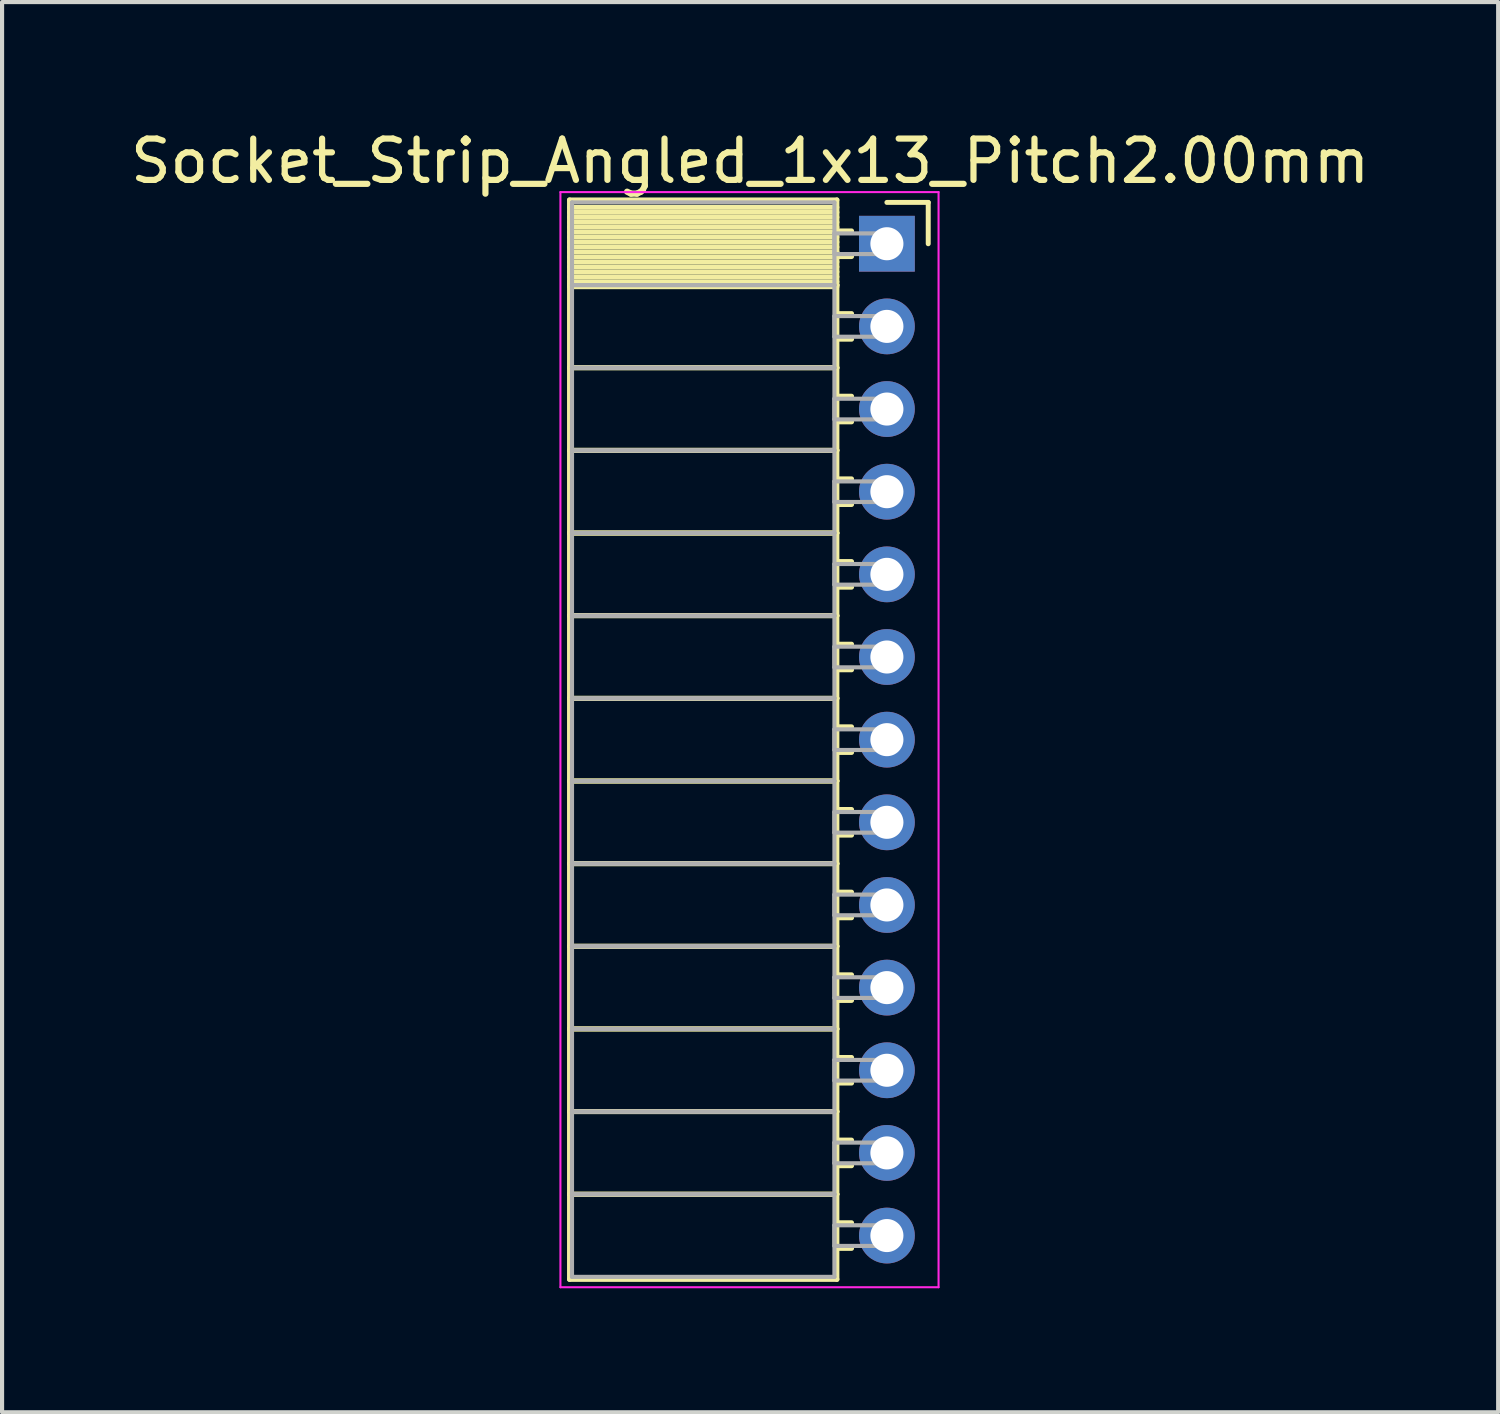
<source format=kicad_pcb>
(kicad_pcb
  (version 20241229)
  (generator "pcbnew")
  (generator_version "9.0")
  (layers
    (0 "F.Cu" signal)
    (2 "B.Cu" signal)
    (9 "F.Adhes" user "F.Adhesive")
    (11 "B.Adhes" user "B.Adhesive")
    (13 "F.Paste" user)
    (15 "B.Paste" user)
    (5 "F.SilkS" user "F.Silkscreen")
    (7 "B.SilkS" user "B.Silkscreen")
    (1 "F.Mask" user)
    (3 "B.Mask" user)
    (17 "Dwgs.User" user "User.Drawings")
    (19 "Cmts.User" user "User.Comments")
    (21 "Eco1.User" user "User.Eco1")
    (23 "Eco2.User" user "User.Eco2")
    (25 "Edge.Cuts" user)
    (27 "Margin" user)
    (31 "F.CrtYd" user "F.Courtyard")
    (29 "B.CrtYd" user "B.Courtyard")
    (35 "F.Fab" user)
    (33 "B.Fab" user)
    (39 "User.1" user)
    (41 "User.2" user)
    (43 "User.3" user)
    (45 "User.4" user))
  (footprint "Socket_Strip_Angled_1x13_Pitch2.00mm"
    (layer "F.Cu")
    (at 18.411 2.848)
    (property "Reference" "Socket_Strip_Angled_1x13_Pitch2.00mm" (at -3.31 -2 0) (layer "F.SilkS") (effects (font (size 1 1) (thickness 0.15))))
    (attr through_hole)
    (fp_line (start -7.68 -1.06) (end -1.21 -1.06) (stroke (width 0.12) (type solid)) (layer "F.SilkS"))
    (fp_line (start -7.68 1) (end -7.68 -1.06) (stroke (width 0.12) (type solid)) (layer "F.SilkS"))
    (fp_line (start -7.68 1) (end -1.21 1) (stroke (width 0.12) (type solid)) (layer "F.SilkS"))
    (fp_line (start -7.68 3) (end -7.68 1) (stroke (width 0.12) (type solid)) (layer "F.SilkS"))
    (fp_line (start -7.68 3) (end -1.21 3) (stroke (width 0.12) (type solid)) (layer "F.SilkS"))
    (fp_line (start -7.68 5) (end -7.68 3) (stroke (width 0.12) (type solid)) (layer "F.SilkS"))
    (fp_line (start -7.68 5) (end -1.21 5) (stroke (width 0.12) (type solid)) (layer "F.SilkS"))
    (fp_line (start -7.68 7) (end -7.68 5) (stroke (width 0.12) (type solid)) (layer "F.SilkS"))
    (fp_line (start -7.68 7) (end -1.21 7) (stroke (width 0.12) (type solid)) (layer "F.SilkS"))
    (fp_line (start -7.68 9) (end -7.68 7) (stroke (width 0.12) (type solid)) (layer "F.SilkS"))
    (fp_line (start -7.68 9) (end -1.21 9) (stroke (width 0.12) (type solid)) (layer "F.SilkS"))
    (fp_line (start -7.68 11) (end -7.68 9) (stroke (width 0.12) (type solid)) (layer "F.SilkS"))
    (fp_line (start -7.68 11) (end -1.21 11) (stroke (width 0.12) (type solid)) (layer "F.SilkS"))
    (fp_line (start -7.68 13) (end -7.68 11) (stroke (width 0.12) (type solid)) (layer "F.SilkS"))
    (fp_line (start -7.68 13) (end -1.21 13) (stroke (width 0.12) (type solid)) (layer "F.SilkS"))
    (fp_line (start -7.68 15) (end -7.68 13) (stroke (width 0.12) (type solid)) (layer "F.SilkS"))
    (fp_line (start -7.68 15) (end -1.21 15) (stroke (width 0.12) (type solid)) (layer "F.SilkS"))
    (fp_line (start -7.68 17) (end -7.68 15) (stroke (width 0.12) (type solid)) (layer "F.SilkS"))
    (fp_line (start -7.68 17) (end -1.21 17) (stroke (width 0.12) (type solid)) (layer "F.SilkS"))
    (fp_line (start -7.68 19) (end -7.68 17) (stroke (width 0.12) (type solid)) (layer "F.SilkS"))
    (fp_line (start -7.68 19) (end -1.21 19) (stroke (width 0.12) (type solid)) (layer "F.SilkS"))
    (fp_line (start -7.68 21) (end -7.68 19) (stroke (width 0.12) (type solid)) (layer "F.SilkS"))
    (fp_line (start -7.68 21) (end -1.21 21) (stroke (width 0.12) (type solid)) (layer "F.SilkS"))
    (fp_line (start -7.68 23) (end -7.68 21) (stroke (width 0.12) (type solid)) (layer "F.SilkS"))
    (fp_line (start -7.68 23) (end -1.21 23) (stroke (width 0.12) (type solid)) (layer "F.SilkS"))
    (fp_line (start -7.68 25.06) (end -7.68 23) (stroke (width 0.12) (type solid)) (layer "F.SilkS"))
    (fp_line (start -1.21 -1.06) (end -1.21 1) (stroke (width 0.12) (type solid)) (layer "F.SilkS"))
    (fp_line (start -1.21 -0.88) (end -7.68 -0.88) (stroke (width 0.12) (type solid)) (layer "F.SilkS"))
    (fp_line (start -1.21 -0.76) (end -7.68 -0.76) (stroke (width 0.12) (type solid)) (layer "F.SilkS"))
    (fp_line (start -1.21 -0.64) (end -7.68 -0.64) (stroke (width 0.12) (type solid)) (layer "F.SilkS"))
    (fp_line (start -1.21 -0.52) (end -7.68 -0.52) (stroke (width 0.12) (type solid)) (layer "F.SilkS"))
    (fp_line (start -1.21 -0.4) (end -7.68 -0.4) (stroke (width 0.12) (type solid)) (layer "F.SilkS"))
    (fp_line (start -1.21 -0.28) (end -7.68 -0.28) (stroke (width 0.12) (type solid)) (layer "F.SilkS"))
    (fp_line (start -1.21 -0.16) (end -7.68 -0.16) (stroke (width 0.12) (type solid)) (layer "F.SilkS"))
    (fp_line (start -1.21 -0.04) (end -7.68 -0.04) (stroke (width 0.12) (type solid)) (layer "F.SilkS"))
    (fp_line (start -1.21 0.08) (end -7.68 0.08) (stroke (width 0.12) (type solid)) (layer "F.SilkS"))
    (fp_line (start -1.21 0.2) (end -7.68 0.2) (stroke (width 0.12) (type solid)) (layer "F.SilkS"))
    (fp_line (start -1.21 0.32) (end -7.68 0.32) (stroke (width 0.12) (type solid)) (layer "F.SilkS"))
    (fp_line (start -1.21 0.44) (end -7.68 0.44) (stroke (width 0.12) (type solid)) (layer "F.SilkS"))
    (fp_line (start -1.21 0.56) (end -7.68 0.56) (stroke (width 0.12) (type solid)) (layer "F.SilkS"))
    (fp_line (start -1.21 0.68) (end -7.68 0.68) (stroke (width 0.12) (type solid)) (layer "F.SilkS"))
    (fp_line (start -1.21 0.8) (end -7.68 0.8) (stroke (width 0.12) (type solid)) (layer "F.SilkS"))
    (fp_line (start -1.21 0.92) (end -7.68 0.92) (stroke (width 0.12) (type solid)) (layer "F.SilkS"))
    (fp_line (start -1.21 1) (end -7.68 1) (stroke (width 0.12) (type solid)) (layer "F.SilkS"))
    (fp_line (start -1.21 1) (end -1.21 3) (stroke (width 0.12) (type solid)) (layer "F.SilkS"))
    (fp_line (start -1.21 1.04) (end -7.68 1.04) (stroke (width 0.12) (type solid)) (layer "F.SilkS"))
    (fp_line (start -1.21 3) (end -7.68 3) (stroke (width 0.12) (type solid)) (layer "F.SilkS"))
    (fp_line (start -1.21 3) (end -1.21 5) (stroke (width 0.12) (type solid)) (layer "F.SilkS"))
    (fp_line (start -1.21 5) (end -7.68 5) (stroke (width 0.12) (type solid)) (layer "F.SilkS"))
    (fp_line (start -1.21 5) (end -1.21 7) (stroke (width 0.12) (type solid)) (layer "F.SilkS"))
    (fp_line (start -1.21 7) (end -7.68 7) (stroke (width 0.12) (type solid)) (layer "F.SilkS"))
    (fp_line (start -1.21 7) (end -1.21 9) (stroke (width 0.12) (type solid)) (layer "F.SilkS"))
    (fp_line (start -1.21 9) (end -7.68 9) (stroke (width 0.12) (type solid)) (layer "F.SilkS"))
    (fp_line (start -1.21 9) (end -1.21 11) (stroke (width 0.12) (type solid)) (layer "F.SilkS"))
    (fp_line (start -1.21 11) (end -7.68 11) (stroke (width 0.12) (type solid)) (layer "F.SilkS"))
    (fp_line (start -1.21 11) (end -1.21 13) (stroke (width 0.12) (type solid)) (layer "F.SilkS"))
    (fp_line (start -1.21 13) (end -7.68 13) (stroke (width 0.12) (type solid)) (layer "F.SilkS"))
    (fp_line (start -1.21 13) (end -1.21 15) (stroke (width 0.12) (type solid)) (layer "F.SilkS"))
    (fp_line (start -1.21 15) (end -7.68 15) (stroke (width 0.12) (type solid)) (layer "F.SilkS"))
    (fp_line (start -1.21 15) (end -1.21 17) (stroke (width 0.12) (type solid)) (layer "F.SilkS"))
    (fp_line (start -1.21 17) (end -7.68 17) (stroke (width 0.12) (type solid)) (layer "F.SilkS"))
    (fp_line (start -1.21 17) (end -1.21 19) (stroke (width 0.12) (type solid)) (layer "F.SilkS"))
    (fp_line (start -1.21 19) (end -7.68 19) (stroke (width 0.12) (type solid)) (layer "F.SilkS"))
    (fp_line (start -1.21 19) (end -1.21 21) (stroke (width 0.12) (type solid)) (layer "F.SilkS"))
    (fp_line (start -1.21 21) (end -7.68 21) (stroke (width 0.12) (type solid)) (layer "F.SilkS"))
    (fp_line (start -1.21 21) (end -1.21 23) (stroke (width 0.12) (type solid)) (layer "F.SilkS"))
    (fp_line (start -1.21 23) (end -7.68 23) (stroke (width 0.12) (type solid)) (layer "F.SilkS"))
    (fp_line (start -1.21 23) (end -1.21 25.06) (stroke (width 0.12) (type solid)) (layer "F.SilkS"))
    (fp_line (start -1.21 25.06) (end -7.68 25.06) (stroke (width 0.12) (type solid)) (layer "F.SilkS"))
    (fp_line (start -0.855 -0.31) (end -1.21 -0.31) (stroke (width 0.12) (type solid)) (layer "F.SilkS"))
    (fp_line (start -0.855 0.31) (end -1.21 0.31) (stroke (width 0.12) (type solid)) (layer "F.SilkS"))
    (fp_line (start -0.855 1.69) (end -1.21 1.69) (stroke (width 0.12) (type solid)) (layer "F.SilkS"))
    (fp_line (start -0.855 2.31) (end -1.21 2.31) (stroke (width 0.12) (type solid)) (layer "F.SilkS"))
    (fp_line (start -0.855 3.69) (end -1.21 3.69) (stroke (width 0.12) (type solid)) (layer "F.SilkS"))
    (fp_line (start -0.855 4.31) (end -1.21 4.31) (stroke (width 0.12) (type solid)) (layer "F.SilkS"))
    (fp_line (start -0.855 5.69) (end -1.21 5.69) (stroke (width 0.12) (type solid)) (layer "F.SilkS"))
    (fp_line (start -0.855 6.31) (end -1.21 6.31) (stroke (width 0.12) (type solid)) (layer "F.SilkS"))
    (fp_line (start -0.855 7.69) (end -1.21 7.69) (stroke (width 0.12) (type solid)) (layer "F.SilkS"))
    (fp_line (start -0.855 8.31) (end -1.21 8.31) (stroke (width 0.12) (type solid)) (layer "F.SilkS"))
    (fp_line (start -0.855 9.69) (end -1.21 9.69) (stroke (width 0.12) (type solid)) (layer "F.SilkS"))
    (fp_line (start -0.855 10.31) (end -1.21 10.31) (stroke (width 0.12) (type solid)) (layer "F.SilkS"))
    (fp_line (start -0.855 11.69) (end -1.21 11.69) (stroke (width 0.12) (type solid)) (layer "F.SilkS"))
    (fp_line (start -0.855 12.31) (end -1.21 12.31) (stroke (width 0.12) (type solid)) (layer "F.SilkS"))
    (fp_line (start -0.855 13.69) (end -1.21 13.69) (stroke (width 0.12) (type solid)) (layer "F.SilkS"))
    (fp_line (start -0.855 14.31) (end -1.21 14.31) (stroke (width 0.12) (type solid)) (layer "F.SilkS"))
    (fp_line (start -0.855 15.69) (end -1.21 15.69) (stroke (width 0.12) (type solid)) (layer "F.SilkS"))
    (fp_line (start -0.855 16.31) (end -1.21 16.31) (stroke (width 0.12) (type solid)) (layer "F.SilkS"))
    (fp_line (start -0.855 17.69) (end -1.21 17.69) (stroke (width 0.12) (type solid)) (layer "F.SilkS"))
    (fp_line (start -0.855 18.31) (end -1.21 18.31) (stroke (width 0.12) (type solid)) (layer "F.SilkS"))
    (fp_line (start -0.855 19.69) (end -1.21 19.69) (stroke (width 0.12) (type solid)) (layer "F.SilkS"))
    (fp_line (start -0.855 20.31) (end -1.21 20.31) (stroke (width 0.12) (type solid)) (layer "F.SilkS"))
    (fp_line (start -0.855 21.69) (end -1.21 21.69) (stroke (width 0.12) (type solid)) (layer "F.SilkS"))
    (fp_line (start -0.855 22.31) (end -1.21 22.31) (stroke (width 0.12) (type solid)) (layer "F.SilkS"))
    (fp_line (start -0.855 23.69) (end -1.21 23.69) (stroke (width 0.12) (type solid)) (layer "F.SilkS"))
    (fp_line (start -0.855 24.31) (end -1.21 24.31) (stroke (width 0.12) (type solid)) (layer "F.SilkS"))
    (fp_line (start 0 -1) (end 1 -1) (stroke (width 0.12) (type solid)) (layer "F.SilkS"))
    (fp_line (start 1 -1) (end 1 0) (stroke (width 0.12) (type solid)) (layer "F.SilkS"))
    (fp_line (start -7.9 -1.25) (end 1.25 -1.25) (stroke (width 0.05) (type solid)) (layer "F.CrtYd"))
    (fp_line (start -7.9 25.25) (end -7.9 -1.25) (stroke (width 0.05) (type solid)) (layer "F.CrtYd"))
    (fp_line (start 1.25 -1.25) (end 1.25 25.25) (stroke (width 0.05) (type solid)) (layer "F.CrtYd"))
    (fp_line (start 1.25 25.25) (end -7.9 25.25) (stroke (width 0.05) (type solid)) (layer "F.CrtYd"))
    (fp_line (start -7.62 -1) (end -1.27 -1) (stroke (width 0.1) (type solid)) (layer "F.Fab"))
    (fp_line (start -7.62 1) (end -7.62 -1) (stroke (width 0.1) (type solid)) (layer "F.Fab"))
    (fp_line (start -7.62 1) (end -1.27 1) (stroke (width 0.1) (type solid)) (layer "F.Fab"))
    (fp_line (start -7.62 3) (end -7.62 1) (stroke (width 0.1) (type solid)) (layer "F.Fab"))
    (fp_line (start -7.62 3) (end -1.27 3) (stroke (width 0.1) (type solid)) (layer "F.Fab"))
    (fp_line (start -7.62 5) (end -7.62 3) (stroke (width 0.1) (type solid)) (layer "F.Fab"))
    (fp_line (start -7.62 5) (end -1.27 5) (stroke (width 0.1) (type solid)) (layer "F.Fab"))
    (fp_line (start -7.62 7) (end -7.62 5) (stroke (width 0.1) (type solid)) (layer "F.Fab"))
    (fp_line (start -7.62 7) (end -1.27 7) (stroke (width 0.1) (type solid)) (layer "F.Fab"))
    (fp_line (start -7.62 9) (end -7.62 7) (stroke (width 0.1) (type solid)) (layer "F.Fab"))
    (fp_line (start -7.62 9) (end -1.27 9) (stroke (width 0.1) (type solid)) (layer "F.Fab"))
    (fp_line (start -7.62 11) (end -7.62 9) (stroke (width 0.1) (type solid)) (layer "F.Fab"))
    (fp_line (start -7.62 11) (end -1.27 11) (stroke (width 0.1) (type solid)) (layer "F.Fab"))
    (fp_line (start -7.62 13) (end -7.62 11) (stroke (width 0.1) (type solid)) (layer "F.Fab"))
    (fp_line (start -7.62 13) (end -1.27 13) (stroke (width 0.1) (type solid)) (layer "F.Fab"))
    (fp_line (start -7.62 15) (end -7.62 13) (stroke (width 0.1) (type solid)) (layer "F.Fab"))
    (fp_line (start -7.62 15) (end -1.27 15) (stroke (width 0.1) (type solid)) (layer "F.Fab"))
    (fp_line (start -7.62 17) (end -7.62 15) (stroke (width 0.1) (type solid)) (layer "F.Fab"))
    (fp_line (start -7.62 17) (end -1.27 17) (stroke (width 0.1) (type solid)) (layer "F.Fab"))
    (fp_line (start -7.62 19) (end -7.62 17) (stroke (width 0.1) (type solid)) (layer "F.Fab"))
    (fp_line (start -7.62 19) (end -1.27 19) (stroke (width 0.1) (type solid)) (layer "F.Fab"))
    (fp_line (start -7.62 21) (end -7.62 19) (stroke (width 0.1) (type solid)) (layer "F.Fab"))
    (fp_line (start -7.62 21) (end -1.27 21) (stroke (width 0.1) (type solid)) (layer "F.Fab"))
    (fp_line (start -7.62 23) (end -7.62 21) (stroke (width 0.1) (type solid)) (layer "F.Fab"))
    (fp_line (start -7.62 23) (end -1.27 23) (stroke (width 0.1) (type solid)) (layer "F.Fab"))
    (fp_line (start -7.62 25) (end -7.62 23) (stroke (width 0.1) (type solid)) (layer "F.Fab"))
    (fp_line (start -1.27 -1) (end -1.27 1) (stroke (width 0.1) (type solid)) (layer "F.Fab"))
    (fp_line (start -1.27 -0.25) (end 0 -0.25) (stroke (width 0.1) (type solid)) (layer "F.Fab"))
    (fp_line (start -1.27 0.25) (end -1.27 -0.25) (stroke (width 0.1) (type solid)) (layer "F.Fab"))
    (fp_line (start -1.27 1) (end -7.62 1) (stroke (width 0.1) (type solid)) (layer "F.Fab"))
    (fp_line (start -1.27 1) (end -1.27 3) (stroke (width 0.1) (type solid)) (layer "F.Fab"))
    (fp_line (start -1.27 1.75) (end 0 1.75) (stroke (width 0.1) (type solid)) (layer "F.Fab"))
    (fp_line (start -1.27 2.25) (end -1.27 1.75) (stroke (width 0.1) (type solid)) (layer "F.Fab"))
    (fp_line (start -1.27 3) (end -7.62 3) (stroke (width 0.1) (type solid)) (layer "F.Fab"))
    (fp_line (start -1.27 3) (end -1.27 5) (stroke (width 0.1) (type solid)) (layer "F.Fab"))
    (fp_line (start -1.27 3.75) (end 0 3.75) (stroke (width 0.1) (type solid)) (layer "F.Fab"))
    (fp_line (start -1.27 4.25) (end -1.27 3.75) (stroke (width 0.1) (type solid)) (layer "F.Fab"))
    (fp_line (start -1.27 5) (end -7.62 5) (stroke (width 0.1) (type solid)) (layer "F.Fab"))
    (fp_line (start -1.27 5) (end -1.27 7) (stroke (width 0.1) (type solid)) (layer "F.Fab"))
    (fp_line (start -1.27 5.75) (end 0 5.75) (stroke (width 0.1) (type solid)) (layer "F.Fab"))
    (fp_line (start -1.27 6.25) (end -1.27 5.75) (stroke (width 0.1) (type solid)) (layer "F.Fab"))
    (fp_line (start -1.27 7) (end -7.62 7) (stroke (width 0.1) (type solid)) (layer "F.Fab"))
    (fp_line (start -1.27 7) (end -1.27 9) (stroke (width 0.1) (type solid)) (layer "F.Fab"))
    (fp_line (start -1.27 7.75) (end 0 7.75) (stroke (width 0.1) (type solid)) (layer "F.Fab"))
    (fp_line (start -1.27 8.25) (end -1.27 7.75) (stroke (width 0.1) (type solid)) (layer "F.Fab"))
    (fp_line (start -1.27 9) (end -7.62 9) (stroke (width 0.1) (type solid)) (layer "F.Fab"))
    (fp_line (start -1.27 9) (end -1.27 11) (stroke (width 0.1) (type solid)) (layer "F.Fab"))
    (fp_line (start -1.27 9.75) (end 0 9.75) (stroke (width 0.1) (type solid)) (layer "F.Fab"))
    (fp_line (start -1.27 10.25) (end -1.27 9.75) (stroke (width 0.1) (type solid)) (layer "F.Fab"))
    (fp_line (start -1.27 11) (end -7.62 11) (stroke (width 0.1) (type solid)) (layer "F.Fab"))
    (fp_line (start -1.27 11) (end -1.27 13) (stroke (width 0.1) (type solid)) (layer "F.Fab"))
    (fp_line (start -1.27 11.75) (end 0 11.75) (stroke (width 0.1) (type solid)) (layer "F.Fab"))
    (fp_line (start -1.27 12.25) (end -1.27 11.75) (stroke (width 0.1) (type solid)) (layer "F.Fab"))
    (fp_line (start -1.27 13) (end -7.62 13) (stroke (width 0.1) (type solid)) (layer "F.Fab"))
    (fp_line (start -1.27 13) (end -1.27 15) (stroke (width 0.1) (type solid)) (layer "F.Fab"))
    (fp_line (start -1.27 13.75) (end 0 13.75) (stroke (width 0.1) (type solid)) (layer "F.Fab"))
    (fp_line (start -1.27 14.25) (end -1.27 13.75) (stroke (width 0.1) (type solid)) (layer "F.Fab"))
    (fp_line (start -1.27 15) (end -7.62 15) (stroke (width 0.1) (type solid)) (layer "F.Fab"))
    (fp_line (start -1.27 15) (end -1.27 17) (stroke (width 0.1) (type solid)) (layer "F.Fab"))
    (fp_line (start -1.27 15.75) (end 0 15.75) (stroke (width 0.1) (type solid)) (layer "F.Fab"))
    (fp_line (start -1.27 16.25) (end -1.27 15.75) (stroke (width 0.1) (type solid)) (layer "F.Fab"))
    (fp_line (start -1.27 17) (end -7.62 17) (stroke (width 0.1) (type solid)) (layer "F.Fab"))
    (fp_line (start -1.27 17) (end -1.27 19) (stroke (width 0.1) (type solid)) (layer "F.Fab"))
    (fp_line (start -1.27 17.75) (end 0 17.75) (stroke (width 0.1) (type solid)) (layer "F.Fab"))
    (fp_line (start -1.27 18.25) (end -1.27 17.75) (stroke (width 0.1) (type solid)) (layer "F.Fab"))
    (fp_line (start -1.27 19) (end -7.62 19) (stroke (width 0.1) (type solid)) (layer "F.Fab"))
    (fp_line (start -1.27 19) (end -1.27 21) (stroke (width 0.1) (type solid)) (layer "F.Fab"))
    (fp_line (start -1.27 19.75) (end 0 19.75) (stroke (width 0.1) (type solid)) (layer "F.Fab"))
    (fp_line (start -1.27 20.25) (end -1.27 19.75) (stroke (width 0.1) (type solid)) (layer "F.Fab"))
    (fp_line (start -1.27 21) (end -7.62 21) (stroke (width 0.1) (type solid)) (layer "F.Fab"))
    (fp_line (start -1.27 21) (end -1.27 23) (stroke (width 0.1) (type solid)) (layer "F.Fab"))
    (fp_line (start -1.27 21.75) (end 0 21.75) (stroke (width 0.1) (type solid)) (layer "F.Fab"))
    (fp_line (start -1.27 22.25) (end -1.27 21.75) (stroke (width 0.1) (type solid)) (layer "F.Fab"))
    (fp_line (start -1.27 23) (end -7.62 23) (stroke (width 0.1) (type solid)) (layer "F.Fab"))
    (fp_line (start -1.27 23) (end -1.27 25) (stroke (width 0.1) (type solid)) (layer "F.Fab"))
    (fp_line (start -1.27 23.75) (end 0 23.75) (stroke (width 0.1) (type solid)) (layer "F.Fab"))
    (fp_line (start -1.27 24.25) (end -1.27 23.75) (stroke (width 0.1) (type solid)) (layer "F.Fab"))
    (fp_line (start -1.27 25) (end -7.62 25) (stroke (width 0.1) (type solid)) (layer "F.Fab"))
    (fp_line (start 0 -0.25) (end 0 0.25) (stroke (width 0.1) (type solid)) (layer "F.Fab"))
    (fp_line (start 0 0.25) (end -1.27 0.25) (stroke (width 0.1) (type solid)) (layer "F.Fab"))
    (fp_line (start 0 1.75) (end 0 2.25) (stroke (width 0.1) (type solid)) (layer "F.Fab"))
    (fp_line (start 0 2.25) (end -1.27 2.25) (stroke (width 0.1) (type solid)) (layer "F.Fab"))
    (fp_line (start 0 3.75) (end 0 4.25) (stroke (width 0.1) (type solid)) (layer "F.Fab"))
    (fp_line (start 0 4.25) (end -1.27 4.25) (stroke (width 0.1) (type solid)) (layer "F.Fab"))
    (fp_line (start 0 5.75) (end 0 6.25) (stroke (width 0.1) (type solid)) (layer "F.Fab"))
    (fp_line (start 0 6.25) (end -1.27 6.25) (stroke (width 0.1) (type solid)) (layer "F.Fab"))
    (fp_line (start 0 7.75) (end 0 8.25) (stroke (width 0.1) (type solid)) (layer "F.Fab"))
    (fp_line (start 0 8.25) (end -1.27 8.25) (stroke (width 0.1) (type solid)) (layer "F.Fab"))
    (fp_line (start 0 9.75) (end 0 10.25) (stroke (width 0.1) (type solid)) (layer "F.Fab"))
    (fp_line (start 0 10.25) (end -1.27 10.25) (stroke (width 0.1) (type solid)) (layer "F.Fab"))
    (fp_line (start 0 11.75) (end 0 12.25) (stroke (width 0.1) (type solid)) (layer "F.Fab"))
    (fp_line (start 0 12.25) (end -1.27 12.25) (stroke (width 0.1) (type solid)) (layer "F.Fab"))
    (fp_line (start 0 13.75) (end 0 14.25) (stroke (width 0.1) (type solid)) (layer "F.Fab"))
    (fp_line (start 0 14.25) (end -1.27 14.25) (stroke (width 0.1) (type solid)) (layer "F.Fab"))
    (fp_line (start 0 15.75) (end 0 16.25) (stroke (width 0.1) (type solid)) (layer "F.Fab"))
    (fp_line (start 0 16.25) (end -1.27 16.25) (stroke (width 0.1) (type solid)) (layer "F.Fab"))
    (fp_line (start 0 17.75) (end 0 18.25) (stroke (width 0.1) (type solid)) (layer "F.Fab"))
    (fp_line (start 0 18.25) (end -1.27 18.25) (stroke (width 0.1) (type solid)) (layer "F.Fab"))
    (fp_line (start 0 19.75) (end 0 20.25) (stroke (width 0.1) (type solid)) (layer "F.Fab"))
    (fp_line (start 0 20.25) (end -1.27 20.25) (stroke (width 0.1) (type solid)) (layer "F.Fab"))
    (fp_line (start 0 21.75) (end 0 22.25) (stroke (width 0.1) (type solid)) (layer "F.Fab"))
    (fp_line (start 0 22.25) (end -1.27 22.25) (stroke (width 0.1) (type solid)) (layer "F.Fab"))
    (fp_line (start 0 23.75) (end 0 24.25) (stroke (width 0.1) (type solid)) (layer "F.Fab"))
    (fp_line (start 0 24.25) (end -1.27 24.25) (stroke (width 0.1) (type solid)) (layer "F.Fab"))
    (pad "1" thru_hole rect (at 0 0) (size 1.35 1.35) (drill 0.8) (layers "*.Cu" "*.Mask"))
    (pad "2" thru_hole oval (at 0 2) (size 1.35 1.35) (drill 0.8) (layers "*.Cu" "*.Mask"))
    (pad "3" thru_hole oval (at 0 4) (size 1.35 1.35) (drill 0.8) (layers "*.Cu" "*.Mask"))
    (pad "4" thru_hole oval (at 0 6) (size 1.35 1.35) (drill 0.8) (layers "*.Cu" "*.Mask"))
    (pad "5" thru_hole oval (at 0 8) (size 1.35 1.35) (drill 0.8) (layers "*.Cu" "*.Mask"))
    (pad "6" thru_hole oval (at 0 10) (size 1.35 1.35) (drill 0.8) (layers "*.Cu" "*.Mask"))
    (pad "7" thru_hole oval (at 0 12) (size 1.35 1.35) (drill 0.8) (layers "*.Cu" "*.Mask"))
    (pad "8" thru_hole oval (at 0 14) (size 1.35 1.35) (drill 0.8) (layers "*.Cu" "*.Mask"))
    (pad "9" thru_hole oval (at 0 16) (size 1.35 1.35) (drill 0.8) (layers "*.Cu" "*.Mask"))
    (pad "10" thru_hole oval (at 0 18) (size 1.35 1.35) (drill 0.8) (layers "*.Cu" "*.Mask"))
    (pad "11" thru_hole oval (at 0 20) (size 1.35 1.35) (drill 0.8) (layers "*.Cu" "*.Mask"))
    (pad "12" thru_hole oval (at 0 22) (size 1.35 1.35) (drill 0.8) (layers "*.Cu" "*.Mask"))
    (pad "13" thru_hole oval (at 0 24) (size 1.35 1.35) (drill 0.8) (layers "*.Cu" "*.Mask")))
  (gr_rect
    (start -3 -3)
    (end 33.202 31.123)
    (stroke (width 0.1) (type default))
    (fill no)
    (layer "Edge.Cuts")))
</source>
